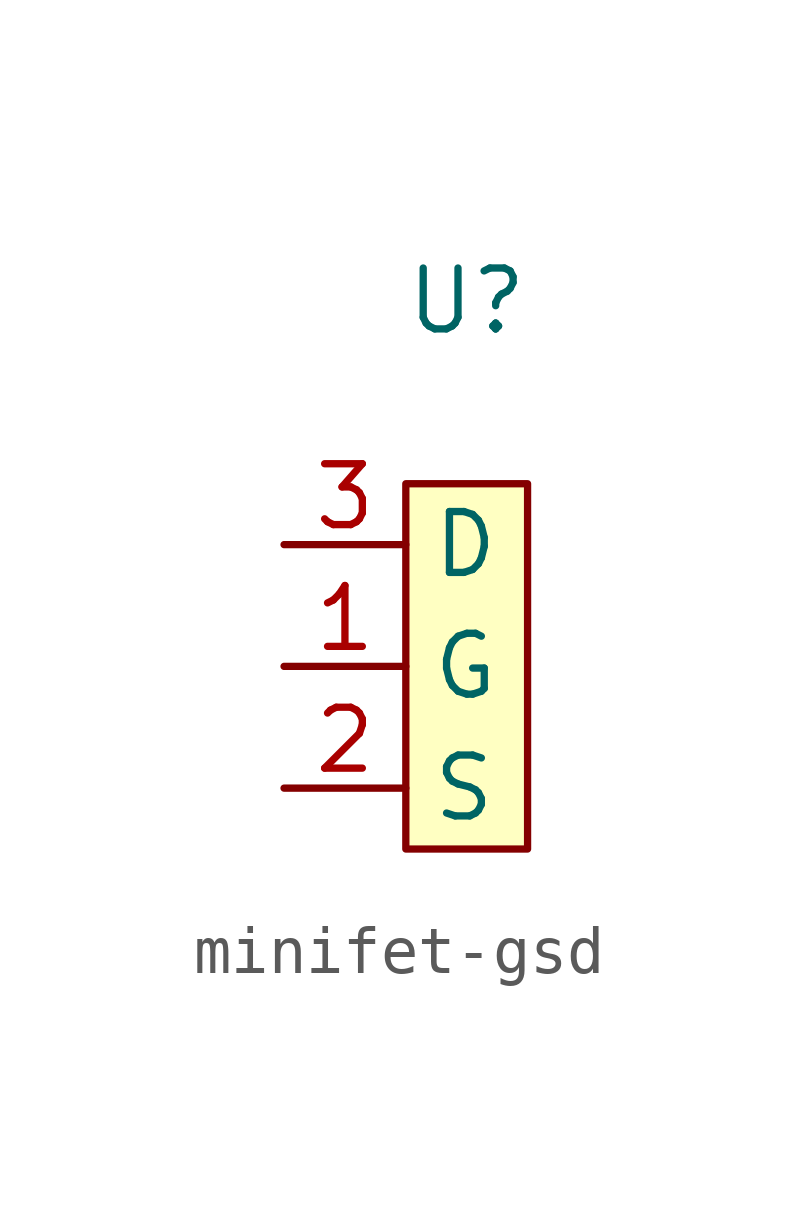
<source format=kicad_sym>
(kicad_symbol_lib
  (version 20211014)
  (generator kicad_symbol_editor)
  (symbol "minifet-gsd"
    (property "Reference" "U"
      (at 0 7.62 0)
      (effects (font (size 1.27 1.27))))
    (symbol "minifet-gsd_0_1"
      (rectangle (start -1.27 3.81) (end 1.27 -3.81) (stroke (width 0.152) (type default) (color 0 0 0 0)) (fill (type background))))
    (symbol "minifet-gsd_1_1"
      (pin input line (at -3.81 0 0) (length 2.54) (name "G" (effects (font (size 1.27 1.27)))) (number "1" (effects (font (size 1.27 1.27)))))
      (pin input line (at -3.81 -2.54 0) (length 2.54) (name "S" (effects (font (size 1.27 1.27)))) (number "2" (effects (font (size 1.27 1.27)))))
      (pin input line (at -3.81 2.54 0) (length 2.54) (name "D" (effects (font (size 1.27 1.27)))) (number "3" (effects (font (size 1.27 1.27))))))))
</source>
